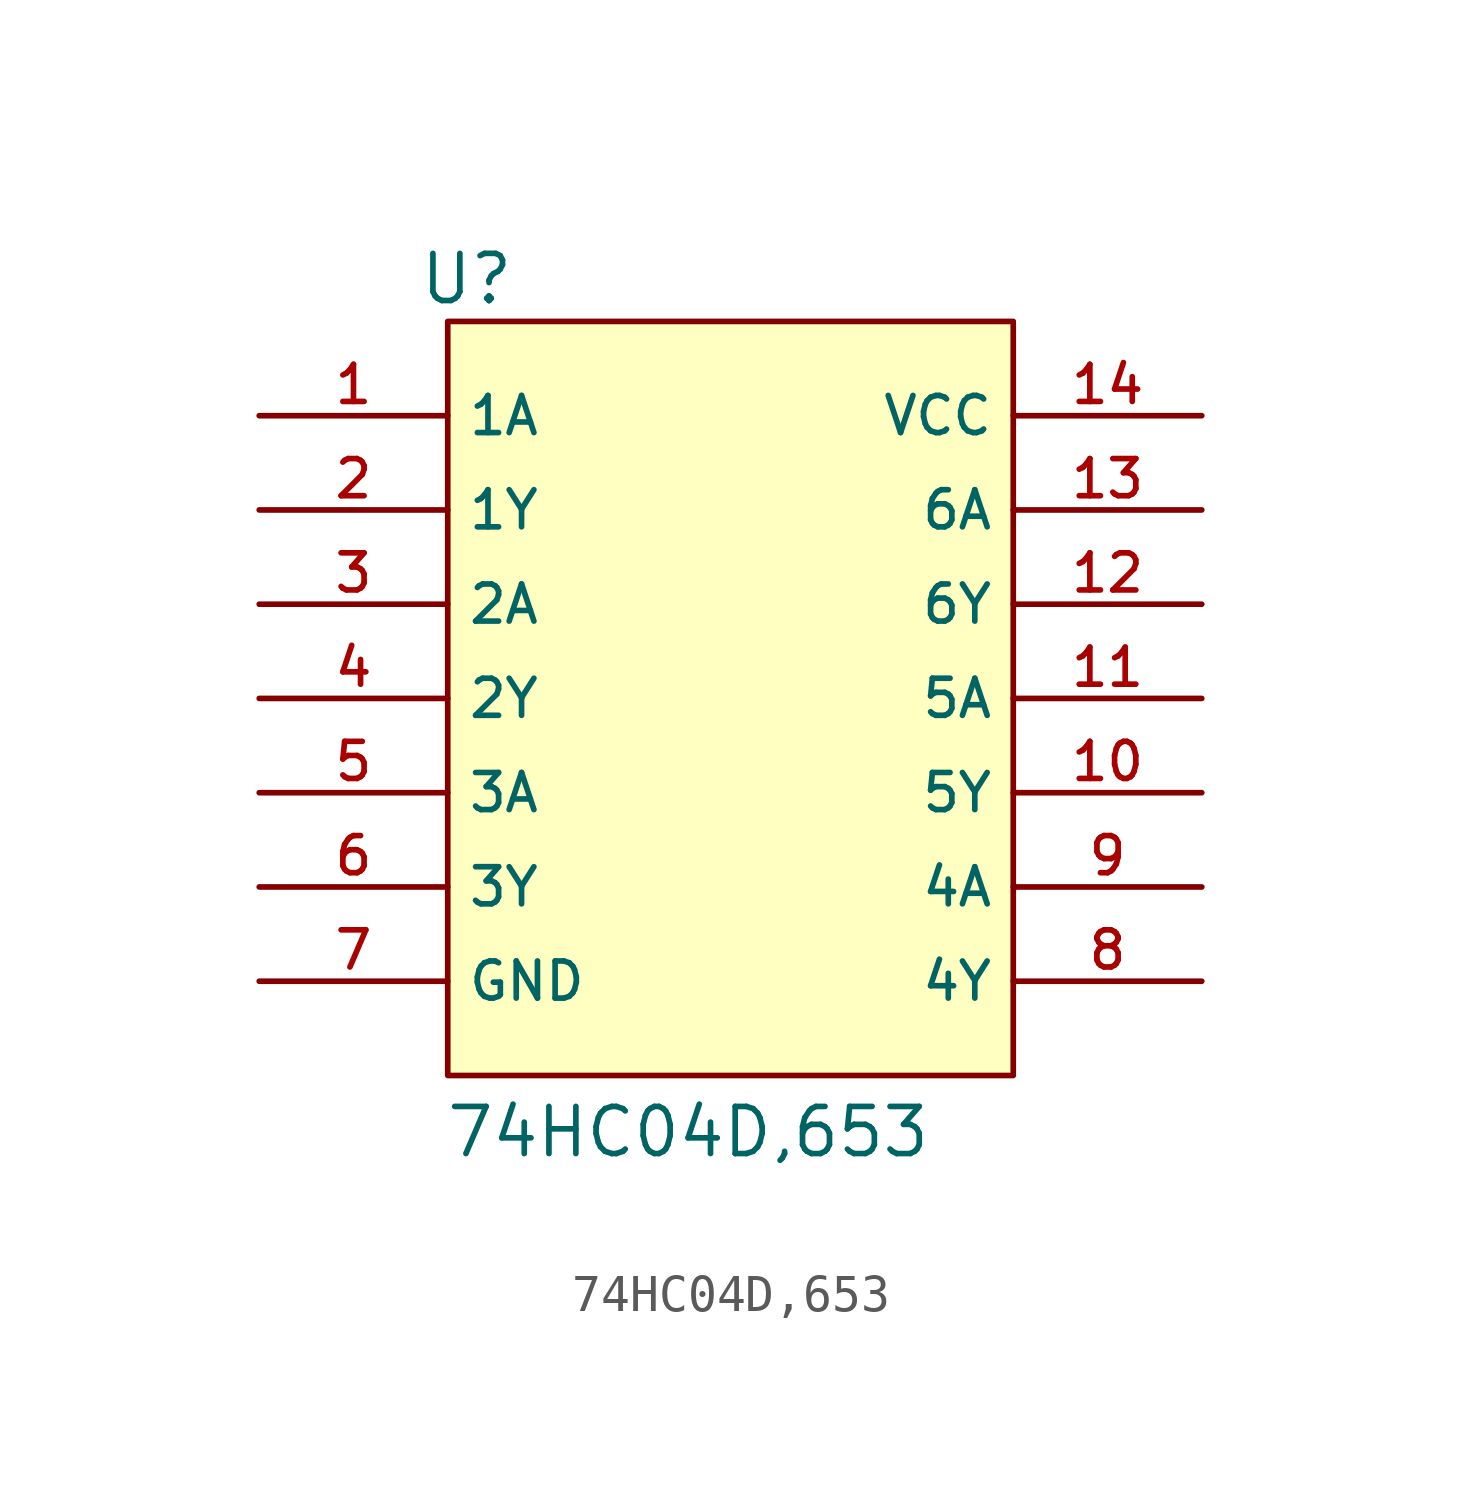
<source format=kicad_sym>
(kicad_symbol_lib
  (version 20220914)
  (generator kicad_symbol_editor)
  (symbol "74HC04D,653"
    (property "Reference" "U"
      (at -7.112 11.303 0)
      (effects (font (size 1.27 1.27))))
    (property "Value" "74HC04D,653"
      (at -1.143 -11.684 0)
      (effects (font (size 1.27 1.27))))
    (symbol "74HC04D,653_0_1"
      (rectangle (start -7.62 10.16) (end 7.62 -10.16) (stroke (width 0) (type default)) (fill (type background)))
      (pin unspecified line (at -12.7 7.62 0) (length 5.08) (name "1A" (effects (font (size 1 1)))) (number "1" (effects (font (size 1 1)))))
      (pin unspecified line (at 12.7 -2.54 180) (length 5.08) (name "5Y" (effects (font (size 1 1)))) (number "10" (effects (font (size 1 1)))))
      (pin unspecified line (at 12.7 0 180) (length 5.08) (name "5A" (effects (font (size 1 1)))) (number "11" (effects (font (size 1 1)))))
      (pin unspecified line (at 12.7 2.54 180) (length 5.08) (name "6Y" (effects (font (size 1 1)))) (number "12" (effects (font (size 1 1)))))
      (pin unspecified line (at 12.7 5.08 180) (length 5.08) (name "6A" (effects (font (size 1 1)))) (number "13" (effects (font (size 1 1)))))
      (pin unspecified line (at 12.7 7.62 180) (length 5.08) (name "VCC" (effects (font (size 1 1)))) (number "14" (effects (font (size 1 1)))))
      (pin unspecified line (at -12.7 5.08 0) (length 5.08) (name "1Y" (effects (font (size 1 1)))) (number "2" (effects (font (size 1 1)))))
      (pin unspecified line (at -12.7 2.54 0) (length 5.08) (name "2A" (effects (font (size 1 1)))) (number "3" (effects (font (size 1 1)))))
      (pin unspecified line (at -12.7 0 0) (length 5.08) (name "2Y" (effects (font (size 1 1)))) (number "4" (effects (font (size 1 1)))))
      (pin unspecified line (at -12.7 -2.54 0) (length 5.08) (name "3A" (effects (font (size 1 1)))) (number "5" (effects (font (size 1 1)))))
      (pin unspecified line (at -12.7 -5.08 0) (length 5.08) (name "3Y" (effects (font (size 1 1)))) (number "6" (effects (font (size 1 1)))))
      (pin unspecified line (at -12.7 -7.62 0) (length 5.08) (name "GND" (effects (font (size 1 1)))) (number "7" (effects (font (size 1 1)))))
      (pin unspecified line (at 12.7 -7.62 180) (length 5.08) (name "4Y" (effects (font (size 1 1)))) (number "8" (effects (font (size 1 1)))))
      (pin unspecified line (at 12.7 -5.08 180) (length 5.08) (name "4A" (effects (font (size 1 1)))) (number "9" (effects (font (size 1 1))))))))
</source>
